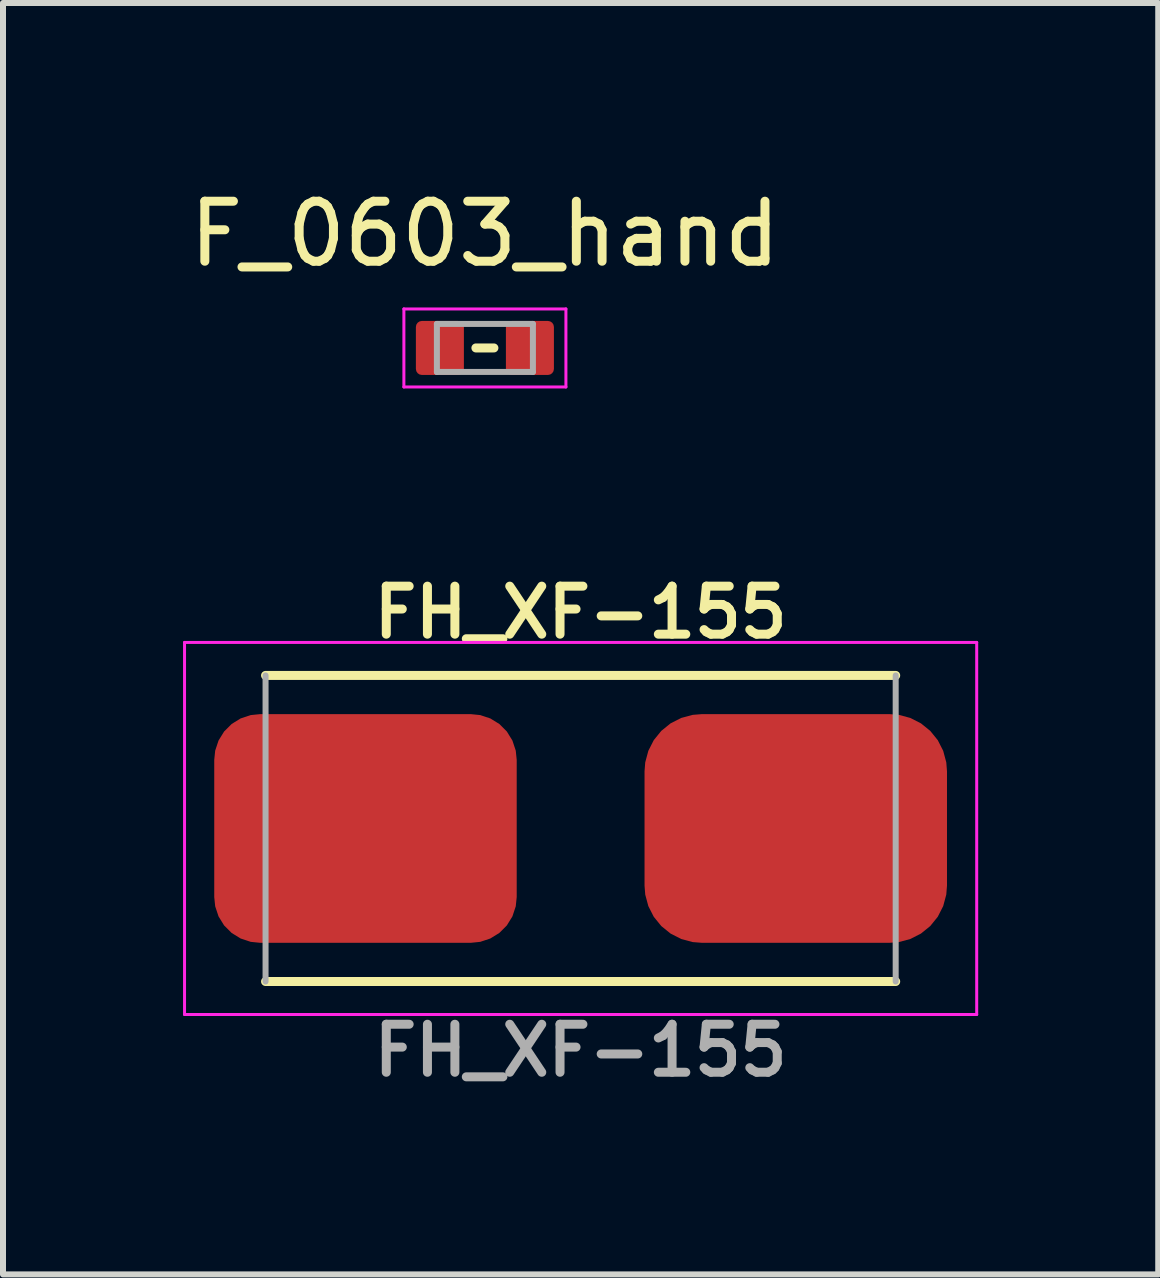
<source format=kicad_pcb>
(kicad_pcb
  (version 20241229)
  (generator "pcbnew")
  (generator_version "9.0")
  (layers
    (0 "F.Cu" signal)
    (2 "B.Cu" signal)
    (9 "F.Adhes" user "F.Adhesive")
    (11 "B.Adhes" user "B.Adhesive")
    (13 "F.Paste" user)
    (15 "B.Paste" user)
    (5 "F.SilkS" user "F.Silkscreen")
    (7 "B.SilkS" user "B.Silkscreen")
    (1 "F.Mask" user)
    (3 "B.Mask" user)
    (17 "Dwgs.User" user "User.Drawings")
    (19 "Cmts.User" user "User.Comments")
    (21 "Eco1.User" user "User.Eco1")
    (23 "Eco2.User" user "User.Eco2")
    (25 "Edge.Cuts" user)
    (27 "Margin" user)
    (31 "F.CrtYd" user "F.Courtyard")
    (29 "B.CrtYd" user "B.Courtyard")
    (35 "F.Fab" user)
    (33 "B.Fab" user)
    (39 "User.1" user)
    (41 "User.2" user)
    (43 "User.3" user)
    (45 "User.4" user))
  (footprint "FH_XF-155"
    (layer "F.Cu")
    (at 6.625 10.755)
    (property "Reference" "FH_XF-155" (at 0 -3.6 0) (unlocked yes) (layer "F.SilkS") (effects (font (size 0.8 0.8) (thickness 0.15))))
    (attr smd)
    (fp_line (start -5.25 -2.55) (end 5.25 -2.55) (stroke (width 0.15) (type default)) (layer "F.SilkS"))
    (fp_line (start -5.25 2.55) (end 5.25 2.55) (stroke (width 0.15) (type default)) (layer "F.SilkS"))
    (fp_line (start -6.6 -3.1) (end -6.6 3.1) (stroke (width 0.05) (type default)) (layer "F.CrtYd"))
    (fp_line (start -6.6 3.1) (end 6.6 3.1) (stroke (width 0.05) (type default)) (layer "F.CrtYd"))
    (fp_line (start 6.6 -3.1) (end -6.6 -3.1) (stroke (width 0.05) (type default)) (layer "F.CrtYd"))
    (fp_line (start 6.6 3.1) (end 6.6 -3.1) (stroke (width 0.05) (type default)) (layer "F.CrtYd"))
    (fp_line (start -5.25 -2.55) (end -5.25 2.55) (stroke (width 0.1) (type default)) (layer "F.Fab"))
    (fp_line (start 5.25 -2.55) (end 5.25 2.55) (stroke (width 0.1) (type default)) (layer "F.Fab"))
    (fp_text user "${REFERENCE}" (at 0 3.7 0) (unlocked yes) (layer "F.Fab") (effects (font (size 0.8 0.8) (thickness 0.15))))
    (pad "1" smd roundrect (at -3.585 0) (size 5.04 3.81) (layers "F.Cu" "F.Mask" "F.Paste") (roundrect_rratio 0.2))
    (pad "2" smd roundrect (at 3.585 0) (size 5.04 3.81) (layers "F.Cu" "F.Mask" "F.Paste") (roundrect_rratio 0.25)))
  (footprint "F_0603_hand"
    (layer "F.Cu")
    (at 5.03 2.748)
    (property "Reference" "F_0603_hand" (at 0 -1.9 0) (layer "F.SilkS") (effects (font (size 1 1) (thickness 0.15))))
    (attr smd)
    (fp_line (start -0.15 0) (end 0.15 0) (stroke (width 0.15) (type solid)) (layer "F.SilkS"))
    (fp_line (start -1.35 -0.65) (end -1.35 0.65) (stroke (width 0.05) (type solid)) (layer "F.CrtYd"))
    (fp_line (start -1.35 -0.65) (end 1.35 -0.65) (stroke (width 0.05) (type solid)) (layer "F.CrtYd"))
    (fp_line (start -1.35 0.65) (end 1.35 0.65) (stroke (width 0.05) (type solid)) (layer "F.CrtYd"))
    (fp_line (start 1.35 -0.65) (end 1.35 0.65) (stroke (width 0.05) (type solid)) (layer "F.CrtYd"))
    (fp_line (start -0.8 -0.4) (end 0.8 -0.4) (stroke (width 0.1) (type solid)) (layer "F.Fab"))
    (fp_line (start -0.8 0.4) (end -0.8 -0.4) (stroke (width 0.1) (type solid)) (layer "F.Fab"))
    (fp_line (start 0.8 -0.4) (end 0.8 0.4) (stroke (width 0.1) (type solid)) (layer "F.Fab"))
    (fp_line (start 0.8 0.4) (end -0.8 0.4) (stroke (width 0.1) (type solid)) (layer "F.Fab"))
    (pad "1" smd roundrect (at -0.75 0) (size 0.8 0.9) (layers "F.Cu" "F.Mask" "F.Paste") (roundrect_rratio 0.125))
    (pad "2" smd roundrect (at 0.75 0) (size 0.8 0.9) (layers "F.Cu" "F.Mask" "F.Paste") (roundrect_rratio 0.125)))
  (gr_rect
    (start -3 -3)
    (end 16.25 18.186)
    (stroke (width 0.1) (type default))
    (fill no)
    (layer "Edge.Cuts")))
</source>
